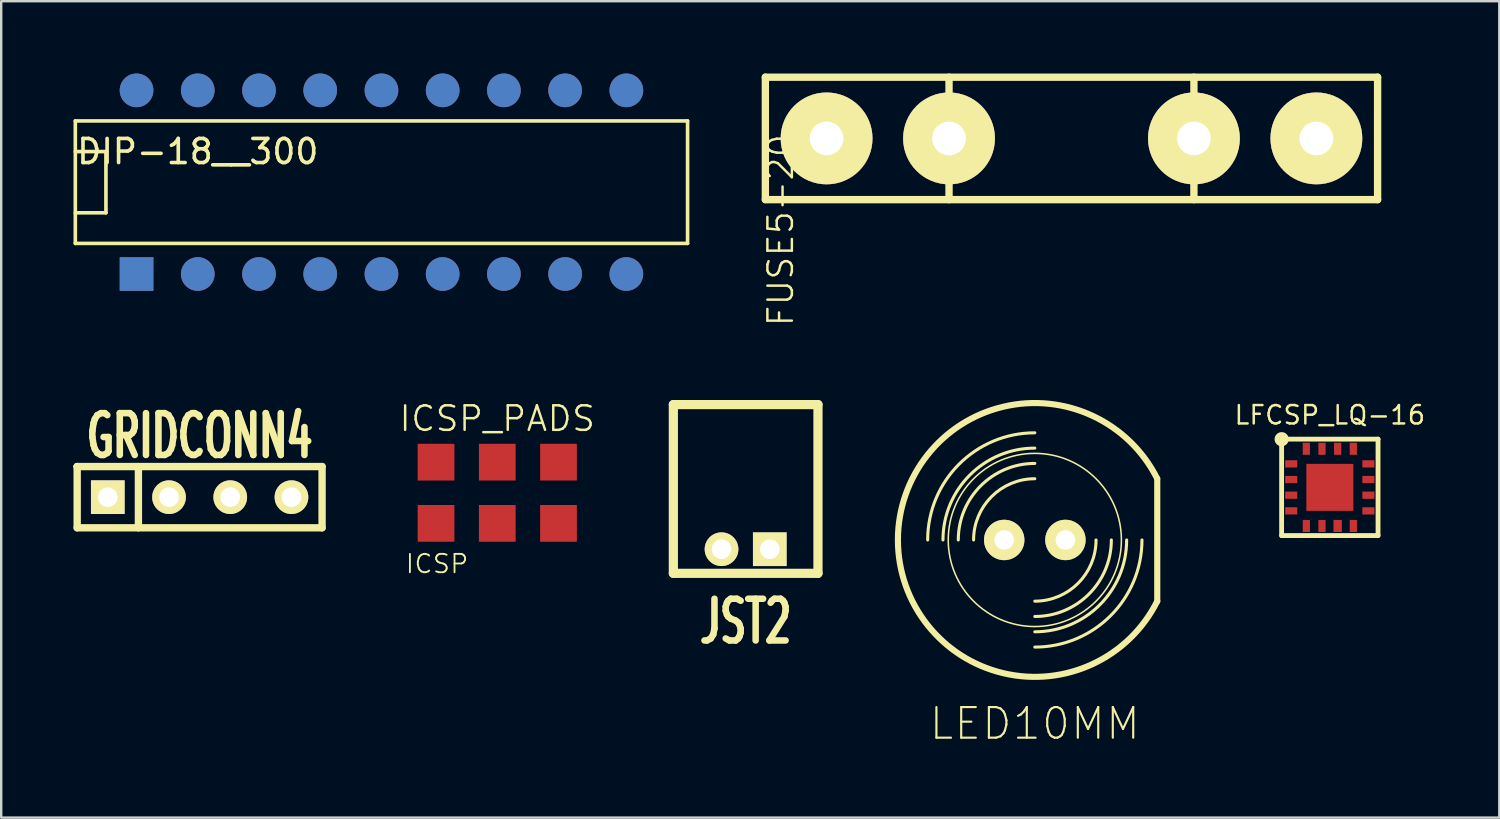
<source format=kicad_pcb>
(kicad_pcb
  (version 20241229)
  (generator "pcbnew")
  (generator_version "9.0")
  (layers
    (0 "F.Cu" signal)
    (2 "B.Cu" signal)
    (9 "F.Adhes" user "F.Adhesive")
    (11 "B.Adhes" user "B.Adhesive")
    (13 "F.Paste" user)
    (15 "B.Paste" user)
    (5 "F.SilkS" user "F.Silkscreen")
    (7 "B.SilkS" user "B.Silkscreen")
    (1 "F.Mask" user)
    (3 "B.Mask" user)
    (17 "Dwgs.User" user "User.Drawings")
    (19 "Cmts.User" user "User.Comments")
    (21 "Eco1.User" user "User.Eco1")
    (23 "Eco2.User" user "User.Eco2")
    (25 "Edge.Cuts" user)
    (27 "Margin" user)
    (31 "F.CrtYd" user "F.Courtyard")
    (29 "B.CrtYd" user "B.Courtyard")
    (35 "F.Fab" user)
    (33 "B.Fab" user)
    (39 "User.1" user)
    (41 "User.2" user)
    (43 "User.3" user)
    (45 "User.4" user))
  (footprint "ICSP_PADS"
    (layer "F.Cu")
    (at 17.58 17.393)
    (property "Reference" "ICSP_PADS" (at 0 -3.076 0) (layer "F.SilkS") (effects (font (size 1.016 1.016) (thickness 0.102))))
    (attr through_hole)
    (fp_text user "ICSP" (at -2.499 2.949 0) (layer "F.SilkS") (effects (font (size 0.762 0.762) (thickness 0.076))))
    (pad "1" smd rect (at -2.54 1.27) (size 1.524 1.524) (layers "F.Cu" "F.Mask" "F.Paste"))
    (pad "2" smd rect (at -2.54 -1.27) (size 1.524 1.524) (layers "F.Cu" "F.Mask" "F.Paste"))
    (pad "3" smd rect (at 0 1.27) (size 1.524 1.524) (layers "F.Cu" "F.Mask" "F.Paste"))
    (pad "4" smd rect (at 0 -1.27) (size 1.524 1.524) (layers "F.Cu" "F.Mask" "F.Paste"))
    (pad "5" smd rect (at 2.54 1.27) (size 1.524 1.524) (layers "F.Cu" "F.Mask" "F.Paste"))
    (pad "6" smd rect (at 2.54 -1.27) (size 1.524 1.524) (layers "F.Cu" "F.Mask" "F.Paste")))
  (footprint "FUSE5-20"
    (layer "F.Cu")
    (at 41.402 2.692)
    (property "Reference" "FUSE5-20" (at -12.065 3.81 90) (layer "F.SilkS") (effects (font (size 1.016 1.016) (thickness 0.102))))
    (attr through_hole)
    (fp_line (start -12.7 -2.54) (end 12.7 -2.54) (stroke (width 0.305) (type solid)) (layer "F.SilkS"))
    (fp_line (start -12.7 2.54) (end -12.7 -2.54) (stroke (width 0.305) (type solid)) (layer "F.SilkS"))
    (fp_line (start -5.08 -2.54) (end -5.08 2.54) (stroke (width 0.305) (type solid)) (layer "F.SilkS"))
    (fp_line (start 5.08 -2.54) (end 5.08 2.54) (stroke (width 0.305) (type solid)) (layer "F.SilkS"))
    (fp_line (start 12.7 -2.54) (end 12.7 2.54) (stroke (width 0.305) (type solid)) (layer "F.SilkS"))
    (fp_line (start 12.7 2.54) (end -12.7 2.54) (stroke (width 0.305) (type solid)) (layer "F.SilkS"))
    (pad "1" thru_hole circle (at -10.16 0) (size 3.81 3.81) (drill 1.397) (layers "*.Cu" "*.Mask" "F.SilkS"))
    (pad "1" thru_hole circle (at -5.08 0) (size 3.81 3.81) (drill 1.397) (layers "*.Cu" "*.Mask" "F.SilkS"))
    (pad "2" thru_hole circle (at 5.08 0) (size 3.81 3.81) (drill 1.397) (layers "*.Cu" "*.Mask" "F.SilkS"))
    (pad "2" thru_hole circle (at 10.16 0) (size 3.81 3.81) (drill 1.397) (layers "*.Cu" "*.Mask" "F.SilkS")))
  (footprint "LFCSP_LQ-16"
    (layer "F.Cu")
    (at 52.12 17.169)
    (property "Reference" "LFCSP_LQ-16" (at 0 -3 0) (layer "F.SilkS") (effects (font (size 0.762 0.762) (thickness 0.102))))
    (attr smd)
    (fp_line (start -2 -2) (end 2 -2) (stroke (width 0.2) (type solid)) (layer "F.SilkS"))
    (fp_line (start -2 2) (end -2 -2) (stroke (width 0.2) (type solid)) (layer "F.SilkS"))
    (fp_line (start 2 -2) (end 2 2) (stroke (width 0.2) (type solid)) (layer "F.SilkS"))
    (fp_line (start 2 2) (end -2 2) (stroke (width 0.2) (type solid)) (layer "F.SilkS"))
    (fp_circle (center -1.998 -1.998) (end -2.135 -2.135) (stroke (width 0.2) (type solid)) (fill no) (layer "F.SilkS"))
    (pad "1" smd rect (at -1.6 -0.975) (size 0.5 0.3) (layers "F.Cu" "F.Mask" "F.Paste"))
    (pad "2" smd rect (at -1.6 -0.325) (size 0.5 0.3) (layers "F.Cu" "F.Mask" "F.Paste"))
    (pad "3" smd rect (at -1.6 0.325) (size 0.5 0.3) (layers "F.Cu" "F.Mask" "F.Paste"))
    (pad "4" smd rect (at -1.6 0.975) (size 0.5 0.3) (layers "F.Cu" "F.Mask" "F.Paste"))
    (pad "5" smd rect (at -0.975 1.6) (size 0.3 0.5) (layers "F.Cu" "F.Mask" "F.Paste"))
    (pad "6" smd rect (at -0.325 1.6) (size 0.3 0.5) (layers "F.Cu" "F.Mask" "F.Paste"))
    (pad "7" smd rect (at 0.325 1.6) (size 0.348 0.5) (layers "F.Cu" "F.Mask" "F.Paste"))
    (pad "8" smd rect (at 0.975 1.6) (size 0.3 0.5) (layers "F.Cu" "F.Mask" "F.Paste"))
    (pad "9" smd rect (at 1.6 0.975) (size 0.5 0.3) (layers "F.Cu" "F.Mask" "F.Paste"))
    (pad "10" smd rect (at 1.6 0.325) (size 0.5 0.3) (layers "F.Cu" "F.Mask" "F.Paste"))
    (pad "11" smd rect (at 1.6 -0.325) (size 0.5 0.3) (layers "F.Cu" "F.Mask" "F.Paste"))
    (pad "12" smd rect (at 1.6 -0.975) (size 0.5 0.3) (layers "F.Cu" "F.Mask" "F.Paste"))
    (pad "13" smd rect (at 0.975 -1.6) (size 0.3 0.5) (layers "F.Cu" "F.Mask" "F.Paste"))
    (pad "14" smd rect (at 0.325 -1.6) (size 0.3 0.5) (layers "F.Cu" "F.Mask" "F.Paste"))
    (pad "15" smd rect (at -0.325 -1.6) (size 0.3 0.5) (layers "F.Cu" "F.Mask" "F.Paste"))
    (pad "16" smd rect (at -0.975 -1.6) (size 0.3 0.5) (layers "F.Cu" "F.Mask" "F.Paste"))
    (pad "PAD" smd rect (at 0 0) (size 1.95 1.95) (layers "F.Cu" "F.Mask" "F.Paste")))
  (footprint "DIP-18__300"
    (layer "F.Cu")
    (at 12.775 4.508)
    (property "Reference" "DIP-18__300" (at -7.62 -1.27 0) (layer "F.SilkS") (effects (font (size 1 1) (thickness 0.15))))
    (attr through_hole)
    (fp_line (start -12.7 -2.54) (end 12.7 -2.54) (stroke (width 0.15) (type solid)) (layer "F.SilkS"))
    (fp_line (start -12.7 -1.27) (end -11.43 -1.27) (stroke (width 0.15) (type solid)) (layer "F.SilkS"))
    (fp_line (start -12.7 2.54) (end -12.7 -2.54) (stroke (width 0.15) (type solid)) (layer "F.SilkS"))
    (fp_line (start -11.43 -1.27) (end -11.43 1.27) (stroke (width 0.15) (type solid)) (layer "F.SilkS"))
    (fp_line (start -11.43 1.27) (end -12.7 1.27) (stroke (width 0.15) (type solid)) (layer "F.SilkS"))
    (fp_line (start 12.7 -2.54) (end 12.7 2.54) (stroke (width 0.15) (type solid)) (layer "F.SilkS"))
    (fp_line (start 12.7 2.54) (end -12.7 2.54) (stroke (width 0.15) (type solid)) (layer "F.SilkS"))
    (pad "1" smd rect (at -10.16 3.81) (size 1.397 1.397) (layers "*.Cu" "*.Mask"))
    (pad "2" smd circle (at -7.62 3.81) (size 1.397 1.397) (layers "*.Cu" "*.Mask"))
    (pad "3" smd circle (at -5.08 3.81) (size 1.397 1.397) (layers "*.Cu" "*.Mask"))
    (pad "4" smd circle (at -2.54 3.81) (size 1.397 1.397) (layers "*.Cu" "*.Mask"))
    (pad "5" smd circle (at 0 3.81) (size 1.397 1.397) (layers "*.Cu" "*.Mask"))
    (pad "6" smd circle (at 2.54 3.81) (size 1.397 1.397) (layers "*.Cu" "*.Mask"))
    (pad "7" smd circle (at 5.08 3.81) (size 1.397 1.397) (layers "*.Cu" "*.Mask"))
    (pad "8" smd circle (at 7.62 3.81) (size 1.397 1.397) (layers "*.Cu" "*.Mask"))
    (pad "9" smd circle (at 10.16 3.81) (size 1.397 1.397) (layers "*.Cu" "*.Mask"))
    (pad "10" smd circle (at 10.16 -3.81) (size 1.397 1.397) (layers "*.Cu" "*.Mask"))
    (pad "11" smd circle (at 7.62 -3.81) (size 1.397 1.397) (layers "*.Cu" "*.Mask"))
    (pad "12" smd circle (at 5.08 -3.81) (size 1.397 1.397) (layers "*.Cu" "*.Mask"))
    (pad "13" smd circle (at 2.54 -3.81) (size 1.397 1.397) (layers "*.Cu" "*.Mask"))
    (pad "14" smd circle (at 0 -3.81) (size 1.397 1.397) (layers "*.Cu" "*.Mask"))
    (pad "15" smd circle (at -2.54 -3.81) (size 1.397 1.397) (layers "*.Cu" "*.Mask"))
    (pad "16" smd circle (at -5.08 -3.81) (size 1.397 1.397) (layers "*.Cu" "*.Mask"))
    (pad "17" smd circle (at -7.62 -3.81) (size 1.397 1.397) (layers "*.Cu" "*.Mask"))
    (pad "18" smd circle (at -10.16 -3.81) (size 1.397 1.397) (layers "*.Cu" "*.Mask")))
  (footprint "JST2"
    (layer "F.Cu")
    (at 27.885 16.735)
    (property "Reference" "JST2" (at 0 5.999 0) (layer "F.SilkS") (effects (font (size 1.73 1.087) (thickness 0.272))))
    (attr through_hole)
    (fp_line (start -3 -3) (end 3 -3) (stroke (width 0.381) (type solid)) (layer "F.SilkS"))
    (fp_line (start -3 4) (end -3 -3) (stroke (width 0.381) (type solid)) (layer "F.SilkS"))
    (fp_line (start 3 -3) (end 3 4) (stroke (width 0.381) (type solid)) (layer "F.SilkS"))
    (fp_line (start 3 4) (end -3 4) (stroke (width 0.381) (type solid)) (layer "F.SilkS"))
    (pad "1" thru_hole rect (at 1.001 3) (size 1.397 1.397) (drill 0.813) (layers "*.Cu" "*.Mask" "F.SilkS"))
    (pad "2" thru_hole circle (at -1.001 3) (size 1.397 1.397) (drill 0.813) (layers "*.Cu" "*.Mask" "F.SilkS")))
  (footprint "LED10MM"
    (layer "F.Cu")
    (at 39.881 19.351)
    (property "Reference" "LED10MM" (at 0 7.62 0) (layer "F.SilkS") (effects (font (size 1.27 1.27) (thickness 0.089))))
    (attr exclude_from_pos_files exclude_from_bom)
    (fp_line (start 5.08 -2.54) (end 5.08 2.54) (stroke (width 0.254) (type solid)) (layer "F.SilkS"))
    (fp_arc (start -4.445 0) (mid -3.14309 -3.14309) (end 0 -4.445) (stroke (width 0.127) (type solid)) (layer "F.SilkS"))
    (fp_arc (start -3.81 0) (mid -2.694077 -2.694077) (end 0 -3.81) (stroke (width 0.127) (type solid)) (layer "F.SilkS"))
    (fp_arc (start -3.175 0) (mid -2.245064 -2.245064) (end 0 -3.175) (stroke (width 0.127) (type solid)) (layer "F.SilkS"))
    (fp_arc (start -2.54 0) (mid -1.796051 -1.796051) (end 0 -2.54) (stroke (width 0.127) (type solid)) (layer "F.SilkS"))
    (fp_arc (start 2.54 0) (mid 1.796051 1.796051) (end 0 2.54) (stroke (width 0.127) (type solid)) (layer "F.SilkS"))
    (fp_arc (start 3.175 0) (mid 2.245064 2.245064) (end 0 3.175) (stroke (width 0.127) (type solid)) (layer "F.SilkS"))
    (fp_arc (start 3.81 0) (mid 2.694077 2.694077) (end 0 3.81) (stroke (width 0.127) (type solid)) (layer "F.SilkS"))
    (fp_arc (start 4.445 0) (mid 3.14309 3.14309) (end 0 4.445) (stroke (width 0.127) (type solid)) (layer "F.SilkS"))
    (fp_arc (start 5.08 2.54) (mid -5.679612 0.003464) (end 5.076898 -2.546195) (stroke (width 0.254) (type solid)) (layer "F.SilkS"))
    (fp_circle (center 0 0) (end -2.54 2.54) (stroke (width 0.064) (type solid)) (fill no) (layer "F.SilkS"))
    (pad "1" thru_hole circle (at -1.27 0) (size 1.676 1.676) (drill 0.813) (layers "*.Cu" "*.Mask" "F.SilkS" "F.Paste"))
    (pad "2" thru_hole circle (at 1.27 0) (size 1.676 1.676) (drill 0.813) (layers "*.Cu" "*.Mask" "F.SilkS" "F.Paste")))
  (footprint "GRIDCONN4"
    (layer "F.Cu")
    (at 5.232 17.576)
    (property "Reference" "GRIDCONN4" (at 0 -2.54 0) (layer "F.SilkS") (effects (font (size 1.735 1.087) (thickness 0.272))))
    (attr through_hole)
    (fp_line (start -5.08 -1.27) (end -5.08 -1.27) (stroke (width 0.305) (type solid)) (layer "F.SilkS"))
    (fp_line (start -5.08 -1.27) (end -5.08 -1.27) (stroke (width 0.305) (type solid)) (layer "F.SilkS"))
    (fp_line (start -5.08 -1.27) (end 5.08 -1.27) (stroke (width 0.305) (type solid)) (layer "F.SilkS"))
    (fp_line (start -5.08 1.27) (end -5.08 -1.27) (stroke (width 0.305) (type solid)) (layer "F.SilkS"))
    (fp_line (start -2.54 1.27) (end -2.54 -1.27) (stroke (width 0.305) (type solid)) (layer "F.SilkS"))
    (fp_line (start 5.08 -1.27) (end 5.08 1.27) (stroke (width 0.305) (type solid)) (layer "F.SilkS"))
    (fp_line (start 5.08 1.27) (end -5.08 1.27) (stroke (width 0.305) (type solid)) (layer "F.SilkS"))
    (pad "1" thru_hole rect (at -3.81 0) (size 1.397 1.397) (drill 0.813) (layers "*.Cu" "*.Mask" "F.SilkS"))
    (pad "2" thru_hole circle (at -1.27 0) (size 1.397 1.397) (drill 0.813) (layers "*.Cu" "*.Mask" "F.SilkS"))
    (pad "3" thru_hole circle (at 1.27 0) (size 1.397 1.397) (drill 0.813) (layers "*.Cu" "*.Mask" "F.SilkS"))
    (pad "4" thru_hole circle (at 3.81 0) (size 1.397 1.397) (drill 0.813) (layers "*.Cu" "*.Mask" "F.SilkS")))
  (gr_rect
    (start -3 -3)
    (end 59.151 30.87)
    (stroke (width 0.1) (type default))
    (fill no)
    (layer "Edge.Cuts")))
</source>
